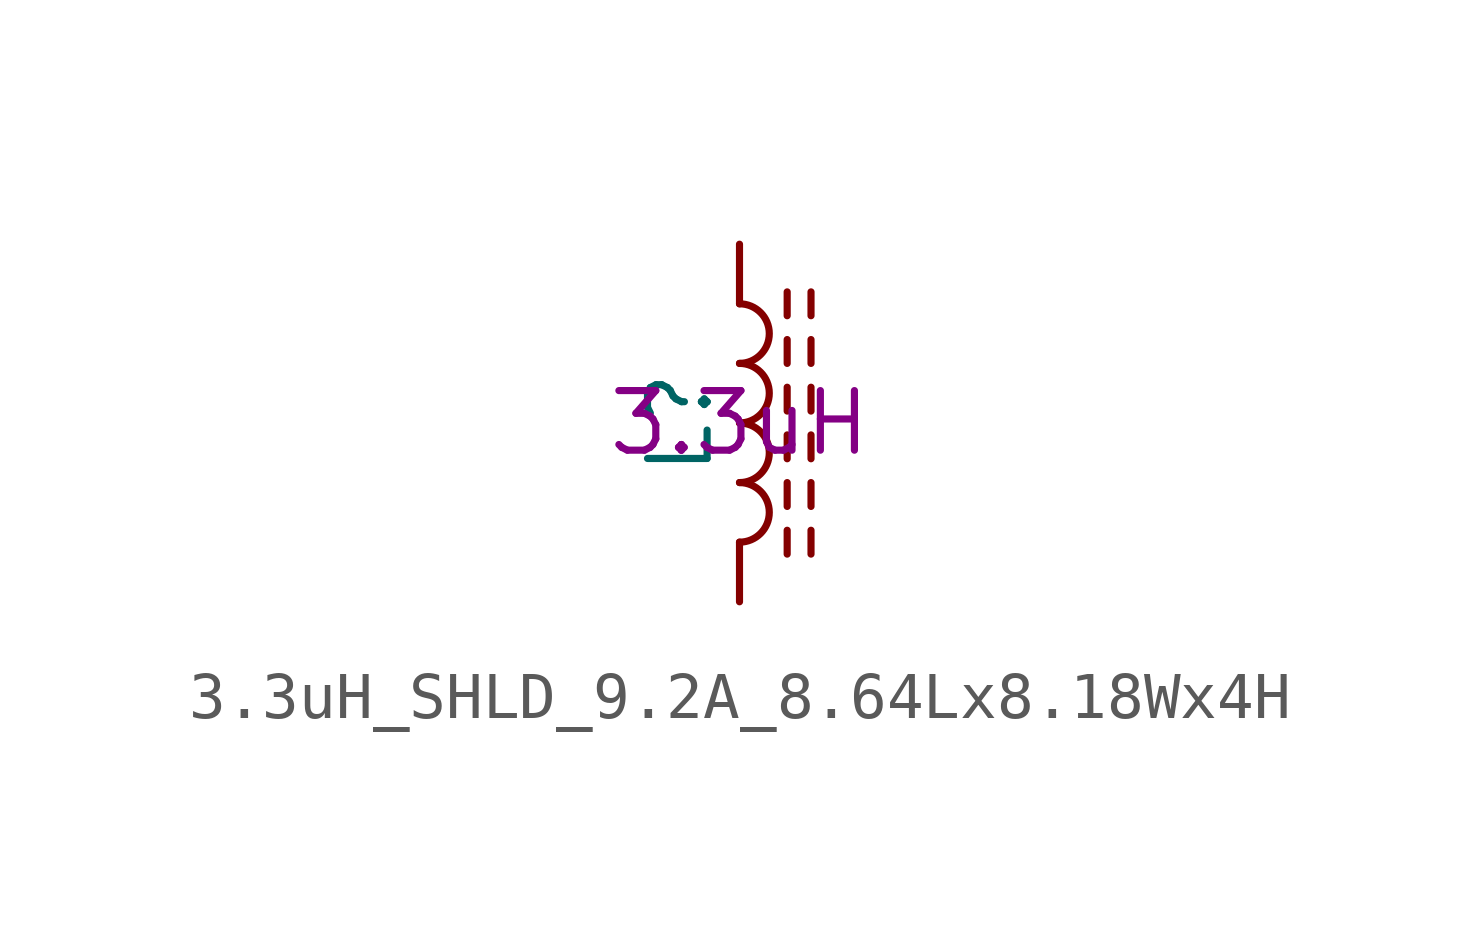
<source format=kicad_sym>
(kicad_symbol_lib
  (version 20211014)
  (generator kicad_symbol_editor)
  (symbol "3.3uH_SHLD_9.2A_8.64Lx8.18Wx4H"
    (pin_numbers hide)
    (pin_names
      (offset 1.016) hide)
    (property "Reference" "L"
      (at -1.27 0 90)
      (effects (font (size 1.27 1.27))))
    (property "Inductance" "3.3uH"
      (at 0 0 0)
      (effects (font (size 1.27 1.27))))
    (symbol "3.3uH_SHLD_9.2A_8.64Lx8.18Wx4H_0_1"
      (arc (start 0 -2.54) (mid 0.635 -1.905) (end 0 -1.27) (stroke (width 0) (type default) (color 0 0 0 0)) (fill (type none)))
      (arc (start 0 -1.27) (mid 0.635 -0.635) (end 0 0) (stroke (width 0) (type default) (color 0 0 0 0)) (fill (type none)))
      (polyline (pts (xy 1.016 -2.794) (xy 1.016 -2.286)) (stroke (width 0) (type default) (color 0 0 0 0)) (fill (type none)))
      (polyline (pts (xy 1.016 -1.778) (xy 1.016 -1.27)) (stroke (width 0) (type default) (color 0 0 0 0)) (fill (type none)))
      (polyline (pts (xy 1.016 -0.762) (xy 1.016 -0.254)) (stroke (width 0) (type default) (color 0 0 0 0)) (fill (type none)))
      (polyline (pts (xy 1.016 0.254) (xy 1.016 0.762)) (stroke (width 0) (type default) (color 0 0 0 0)) (fill (type none)))
      (polyline (pts (xy 1.016 1.27) (xy 1.016 1.778)) (stroke (width 0) (type default) (color 0 0 0 0)) (fill (type none)))
      (polyline (pts (xy 1.016 2.286) (xy 1.016 2.794)) (stroke (width 0) (type default) (color 0 0 0 0)) (fill (type none)))
      (polyline (pts (xy 1.524 -2.286) (xy 1.524 -2.794)) (stroke (width 0) (type default) (color 0 0 0 0)) (fill (type none)))
      (polyline (pts (xy 1.524 -1.27) (xy 1.524 -1.778)) (stroke (width 0) (type default) (color 0 0 0 0)) (fill (type none)))
      (polyline (pts (xy 1.524 -0.254) (xy 1.524 -0.762)) (stroke (width 0) (type default) (color 0 0 0 0)) (fill (type none)))
      (polyline (pts (xy 1.524 0.762) (xy 1.524 0.254)) (stroke (width 0) (type default) (color 0 0 0 0)) (fill (type none)))
      (polyline (pts (xy 1.524 1.778) (xy 1.524 1.27)) (stroke (width 0) (type default) (color 0 0 0 0)) (fill (type none)))
      (polyline (pts (xy 1.524 2.794) (xy 1.524 2.286)) (stroke (width 0) (type default) (color 0 0 0 0)) (fill (type none)))
      (arc (start 0 0) (mid 0.635 0.635) (end 0 1.27) (stroke (width 0) (type default) (color 0 0 0 0)) (fill (type none)))
      (arc (start 0 1.27) (mid 0.635 1.905) (end 0 2.54) (stroke (width 0) (type default) (color 0 0 0 0)) (fill (type none))))
    (symbol "3.3uH_SHLD_9.2A_8.64Lx8.18Wx4H_1_1"
      (pin passive line (at 0 3.81 270) (length 1.27) (name "1" (effects (font (size 1.27 1.27)))) (number "1" (effects (font (size 1.27 1.27)))))
      (pin passive line (at 0 -3.81 90) (length 1.27) (name "2" (effects (font (size 1.27 1.27)))) (number "2" (effects (font (size 1.27 1.27))))))))
</source>
